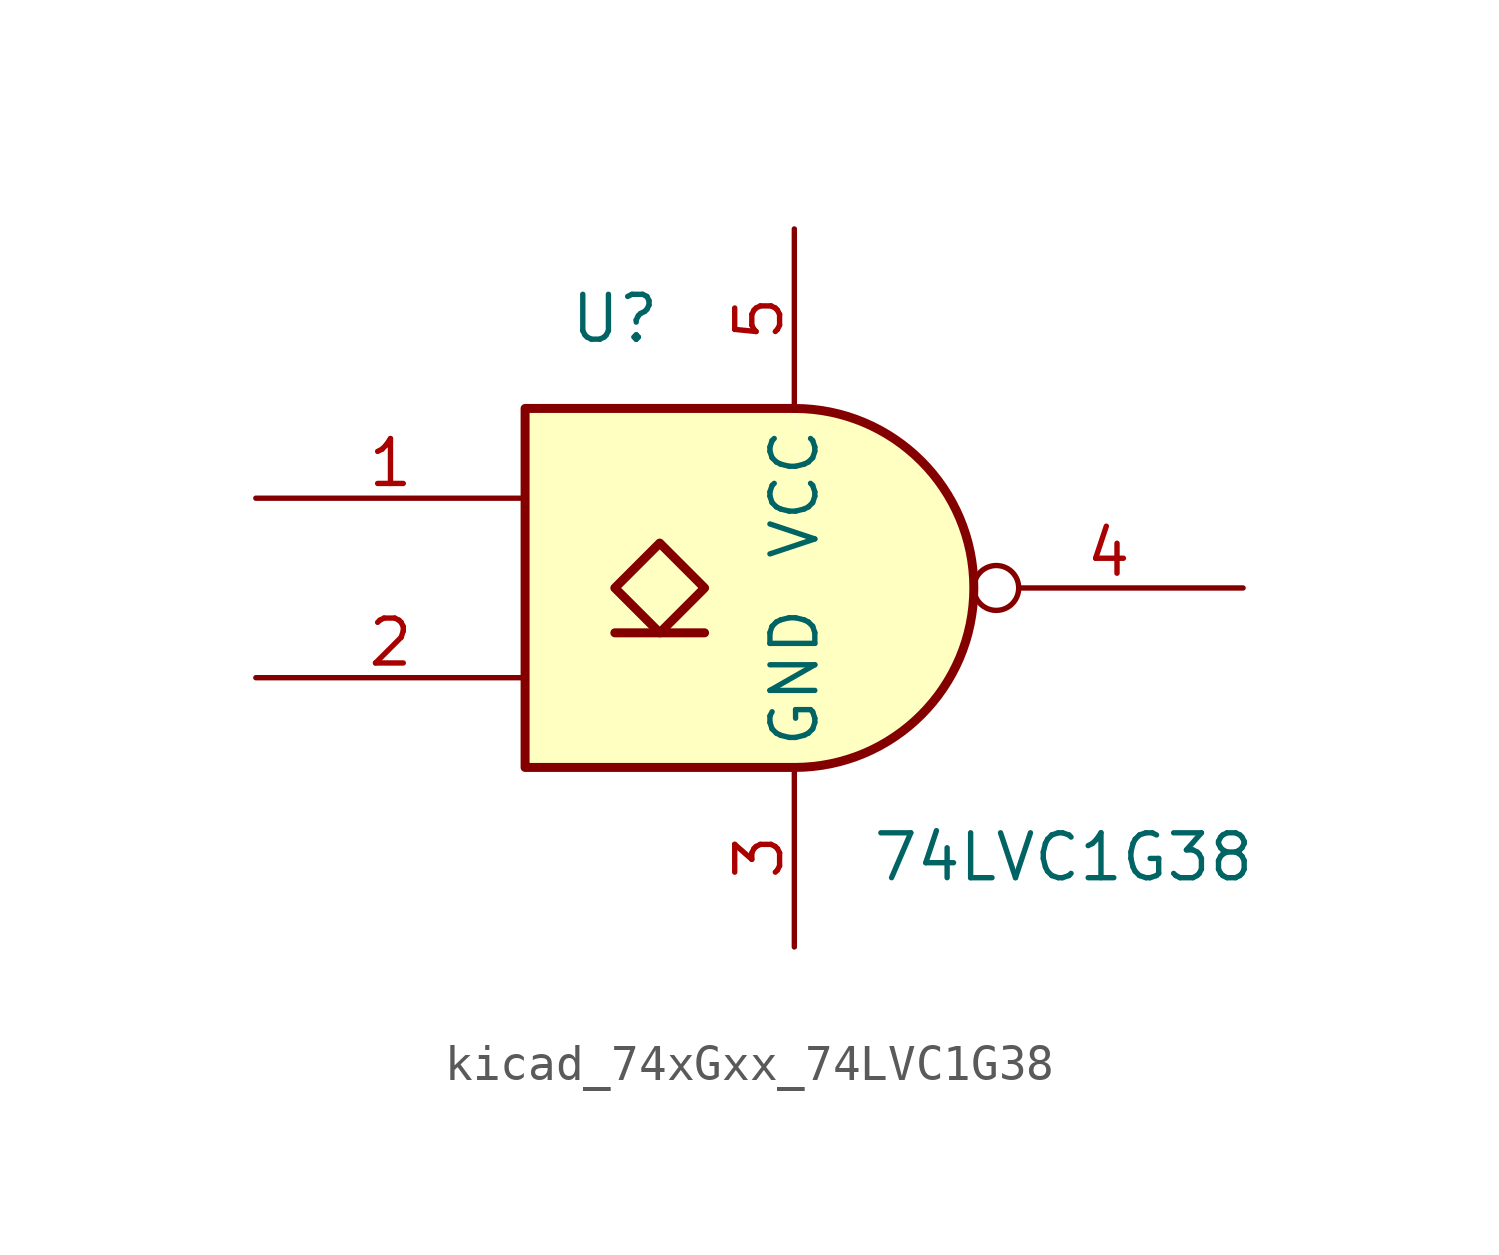
<source format=kicad_sym>
(kicad_symbol_lib
  (version 20220914)
  (generator kicad_symbol_editor)
  (symbol "kicad_74xGxx_74LVC1G38"
    (property "Reference" "U"
      (at -5.08 7.62 0)
      (effects (font (size 1.27 1.27))))
    (property "Value" "74LVC1G38"
      (at 7.62 -7.62 0)
      (effects (font (size 1.27 1.27))))
    (symbol "kicad_74xGxx_74LVC1G38_0_1"
      (arc (start 0 -5.08) (mid 5.0579 0) (end 0 5.08) (stroke (width 0.254) (type default)) (fill (type background)))
      (polyline (pts (xy -5.08 -1.27) (xy -2.54 -1.27)) (stroke (width 0.254) (type default)) (fill (type background)))
      (polyline (pts (xy 0 -5.08) (xy -7.62 -5.08) (xy -7.62 5.08) (xy 0 5.08)) (stroke (width 0.254) (type default)) (fill (type background)))
      (polyline (pts (xy -3.81 1.27) (xy -5.08 0) (xy -3.81 -1.27) (xy -2.54 0) (xy -3.81 1.27)) (stroke (width 0.254) (type default)) (fill (type background))))
    (symbol "kicad_74xGxx_74LVC1G38_1_1"
      (pin input line (at -15.24 2.54 0) (length 7.62) (name "~" (effects (font (size 1.27 1.27)))) (number "1" (effects (font (size 1.27 1.27)))))
      (pin input line (at -15.24 -2.54 0) (length 7.62) (name "~" (effects (font (size 1.27 1.27)))) (number "2" (effects (font (size 1.27 1.27)))))
      (pin power_in line (at 0 -10.16 90) (length 5.08) (name "GND" (effects (font (size 1.27 1.27)))) (number "3" (effects (font (size 1.27 1.27)))))
      (pin output inverted (at 12.7 0 180) (length 7.62) (name "~" (effects (font (size 1.27 1.27)))) (number "4" (effects (font (size 1.27 1.27)))))
      (pin power_in line (at 0 10.16 270) (length 5.08) (name "VCC" (effects (font (size 1.27 1.27)))) (number "5" (effects (font (size 1.27 1.27))))))))
</source>
